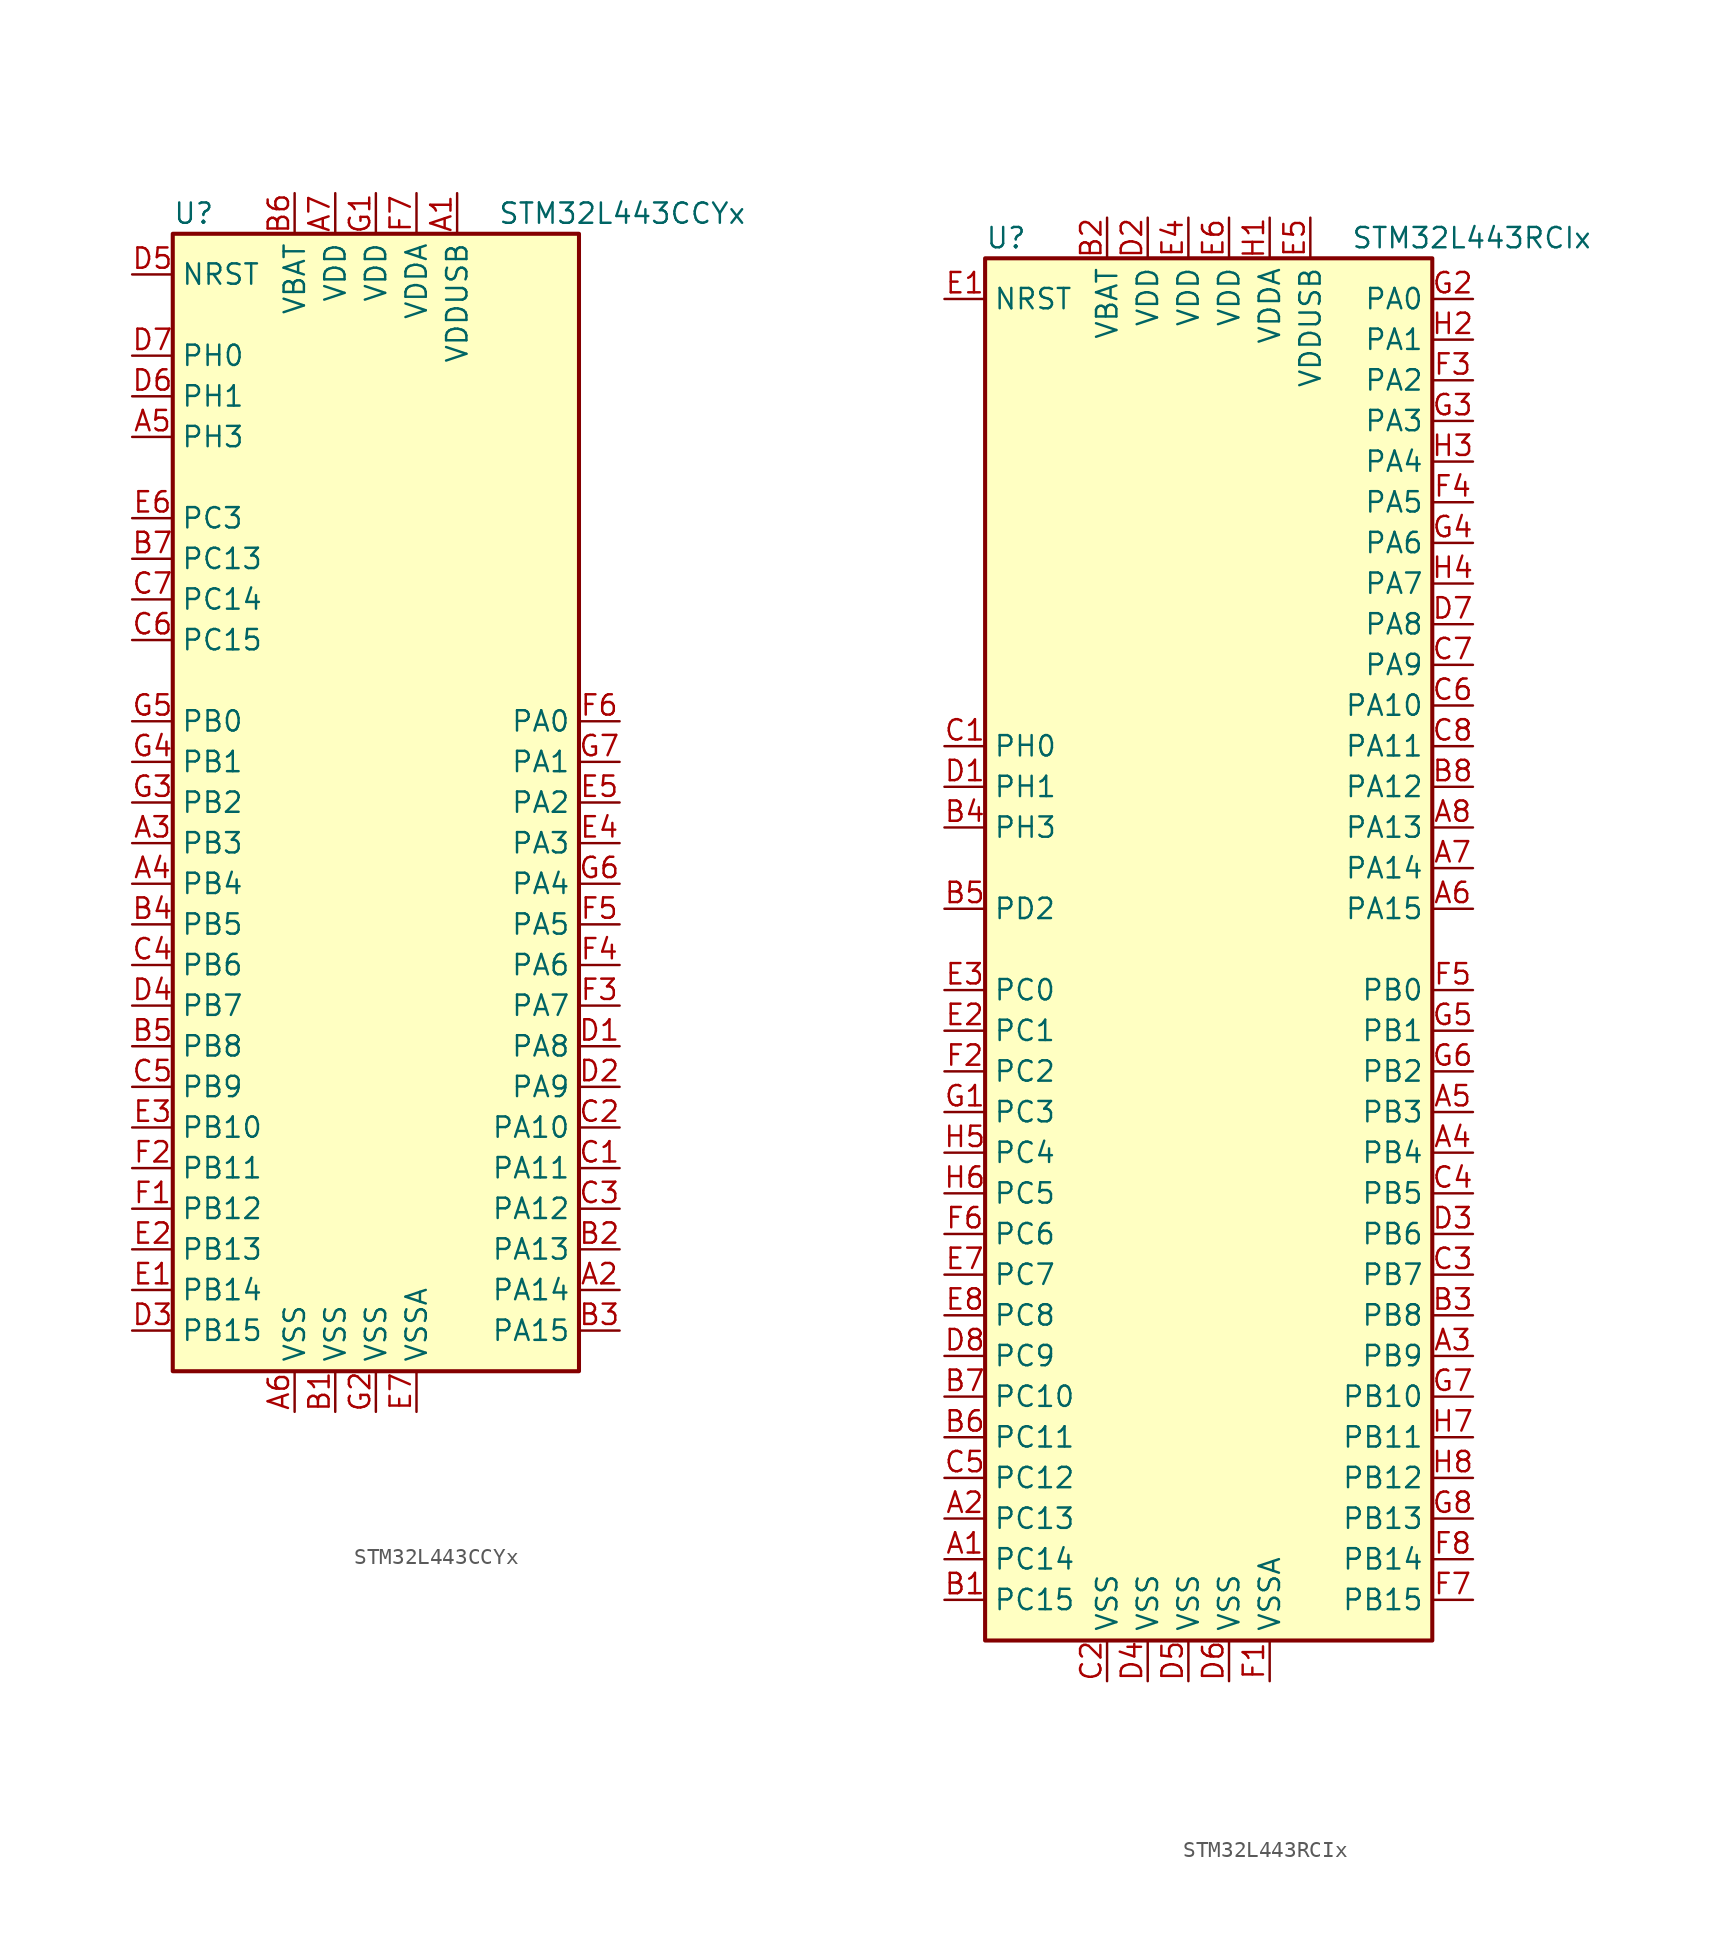
<source format=kicad_sym>
(kicad_symbol_lib
  (version 20220914)
  (generator kicad_symbol_editor)
  (symbol "STM32L443CCYx"
    (property "Reference" "U"
      (at -12.7 36.83 0)
      (effects (font (size 1.27 1.27)) (justify left)))
    (property "Value" "STM32L443CCYx"
      (at 7.62 36.83 0)
      (effects (font (size 1.27 1.27)) (justify left)))
    (symbol "STM32L443CCYx_0_1"
      (rectangle (start -12.7 -35.56) (end 12.7 35.56) (stroke (width 0.254) (type default)) (fill (type background))))
    (symbol "STM32L443CCYx_1_1"
      (pin power_in line (at 5.08 38.1 270) (length 2.54) (name "VDDUSB" (effects (font (size 1.27 1.27)))) (number "A1" (effects (font (size 1.27 1.27)))))
      (pin bidirectional line (at 15.24 -30.48 180) (length 2.54) (name "PA14" (effects (font (size 1.27 1.27)))) (number "A2" (effects (font (size 1.27 1.27)))))
      (pin bidirectional line (at -15.24 -2.54 0) (length 2.54) (name "PB3" (effects (font (size 1.27 1.27)))) (number "A3" (effects (font (size 1.27 1.27)))))
      (pin bidirectional line (at -15.24 -5.08 0) (length 2.54) (name "PB4" (effects (font (size 1.27 1.27)))) (number "A4" (effects (font (size 1.27 1.27)))))
      (pin bidirectional line (at -15.24 22.86 0) (length 2.54) (name "PH3" (effects (font (size 1.27 1.27)))) (number "A5" (effects (font (size 1.27 1.27)))))
      (pin power_in line (at -5.08 -38.1 90) (length 2.54) (name "VSS" (effects (font (size 1.27 1.27)))) (number "A6" (effects (font (size 1.27 1.27)))))
      (pin power_in line (at -2.54 38.1 270) (length 2.54) (name "VDD" (effects (font (size 1.27 1.27)))) (number "A7" (effects (font (size 1.27 1.27)))))
      (pin power_in line (at -2.54 -38.1 90) (length 2.54) (name "VSS" (effects (font (size 1.27 1.27)))) (number "B1" (effects (font (size 1.27 1.27)))))
      (pin bidirectional line (at 15.24 -27.94 180) (length 2.54) (name "PA13" (effects (font (size 1.27 1.27)))) (number "B2" (effects (font (size 1.27 1.27)))))
      (pin bidirectional line (at 15.24 -33.02 180) (length 2.54) (name "PA15" (effects (font (size 1.27 1.27)))) (number "B3" (effects (font (size 1.27 1.27)))))
      (pin bidirectional line (at -15.24 -7.62 0) (length 2.54) (name "PB5" (effects (font (size 1.27 1.27)))) (number "B4" (effects (font (size 1.27 1.27)))))
      (pin bidirectional line (at -15.24 -15.24 0) (length 2.54) (name "PB8" (effects (font (size 1.27 1.27)))) (number "B5" (effects (font (size 1.27 1.27)))))
      (pin power_in line (at -5.08 38.1 270) (length 2.54) (name "VBAT" (effects (font (size 1.27 1.27)))) (number "B6" (effects (font (size 1.27 1.27)))))
      (pin bidirectional line (at -15.24 15.24 0) (length 2.54) (name "PC13" (effects (font (size 1.27 1.27)))) (number "B7" (effects (font (size 1.27 1.27)))))
      (pin bidirectional line (at 15.24 -22.86 180) (length 2.54) (name "PA11" (effects (font (size 1.27 1.27)))) (number "C1" (effects (font (size 1.27 1.27)))))
      (pin bidirectional line (at 15.24 -20.32 180) (length 2.54) (name "PA10" (effects (font (size 1.27 1.27)))) (number "C2" (effects (font (size 1.27 1.27)))))
      (pin bidirectional line (at 15.24 -25.4 180) (length 2.54) (name "PA12" (effects (font (size 1.27 1.27)))) (number "C3" (effects (font (size 1.27 1.27)))))
      (pin bidirectional line (at -15.24 -10.16 0) (length 2.54) (name "PB6" (effects (font (size 1.27 1.27)))) (number "C4" (effects (font (size 1.27 1.27)))))
      (pin bidirectional line (at -15.24 -17.78 0) (length 2.54) (name "PB9" (effects (font (size 1.27 1.27)))) (number "C5" (effects (font (size 1.27 1.27)))))
      (pin bidirectional line (at -15.24 10.16 0) (length 2.54) (name "PC15" (effects (font (size 1.27 1.27)))) (number "C6" (effects (font (size 1.27 1.27)))))
      (pin bidirectional line (at -15.24 12.7 0) (length 2.54) (name "PC14" (effects (font (size 1.27 1.27)))) (number "C7" (effects (font (size 1.27 1.27)))))
      (pin bidirectional line (at 15.24 -15.24 180) (length 2.54) (name "PA8" (effects (font (size 1.27 1.27)))) (number "D1" (effects (font (size 1.27 1.27)))))
      (pin bidirectional line (at 15.24 -17.78 180) (length 2.54) (name "PA9" (effects (font (size 1.27 1.27)))) (number "D2" (effects (font (size 1.27 1.27)))))
      (pin bidirectional line (at -15.24 -33.02 0) (length 2.54) (name "PB15" (effects (font (size 1.27 1.27)))) (number "D3" (effects (font (size 1.27 1.27)))))
      (pin bidirectional line (at -15.24 -12.7 0) (length 2.54) (name "PB7" (effects (font (size 1.27 1.27)))) (number "D4" (effects (font (size 1.27 1.27)))))
      (pin input line (at -15.24 33.02 0) (length 2.54) (name "NRST" (effects (font (size 1.27 1.27)))) (number "D5" (effects (font (size 1.27 1.27)))))
      (pin input line (at -15.24 25.4 0) (length 2.54) (name "PH1" (effects (font (size 1.27 1.27)))) (number "D6" (effects (font (size 1.27 1.27)))))
      (pin input line (at -15.24 27.94 0) (length 2.54) (name "PH0" (effects (font (size 1.27 1.27)))) (number "D7" (effects (font (size 1.27 1.27)))))
      (pin bidirectional line (at -15.24 -30.48 0) (length 2.54) (name "PB14" (effects (font (size 1.27 1.27)))) (number "E1" (effects (font (size 1.27 1.27)))))
      (pin bidirectional line (at -15.24 -27.94 0) (length 2.54) (name "PB13" (effects (font (size 1.27 1.27)))) (number "E2" (effects (font (size 1.27 1.27)))))
      (pin bidirectional line (at -15.24 -20.32 0) (length 2.54) (name "PB10" (effects (font (size 1.27 1.27)))) (number "E3" (effects (font (size 1.27 1.27)))))
      (pin bidirectional line (at 15.24 -2.54 180) (length 2.54) (name "PA3" (effects (font (size 1.27 1.27)))) (number "E4" (effects (font (size 1.27 1.27)))))
      (pin bidirectional line (at 15.24 0 180) (length 2.54) (name "PA2" (effects (font (size 1.27 1.27)))) (number "E5" (effects (font (size 1.27 1.27)))))
      (pin bidirectional line (at -15.24 17.78 0) (length 2.54) (name "PC3" (effects (font (size 1.27 1.27)))) (number "E6" (effects (font (size 1.27 1.27)))))
      (pin power_in line (at 2.54 -38.1 90) (length 2.54) (name "VSSA" (effects (font (size 1.27 1.27)))) (number "E7" (effects (font (size 1.27 1.27)))))
      (pin bidirectional line (at -15.24 -25.4 0) (length 2.54) (name "PB12" (effects (font (size 1.27 1.27)))) (number "F1" (effects (font (size 1.27 1.27)))))
      (pin bidirectional line (at -15.24 -22.86 0) (length 2.54) (name "PB11" (effects (font (size 1.27 1.27)))) (number "F2" (effects (font (size 1.27 1.27)))))
      (pin bidirectional line (at 15.24 -12.7 180) (length 2.54) (name "PA7" (effects (font (size 1.27 1.27)))) (number "F3" (effects (font (size 1.27 1.27)))))
      (pin bidirectional line (at 15.24 -10.16 180) (length 2.54) (name "PA6" (effects (font (size 1.27 1.27)))) (number "F4" (effects (font (size 1.27 1.27)))))
      (pin bidirectional line (at 15.24 -7.62 180) (length 2.54) (name "PA5" (effects (font (size 1.27 1.27)))) (number "F5" (effects (font (size 1.27 1.27)))))
      (pin bidirectional line (at 15.24 5.08 180) (length 2.54) (name "PA0" (effects (font (size 1.27 1.27)))) (number "F6" (effects (font (size 1.27 1.27)))))
      (pin power_in line (at 2.54 38.1 270) (length 2.54) (name "VDDA" (effects (font (size 1.27 1.27)))) (number "F7" (effects (font (size 1.27 1.27)))))
      (pin power_in line (at 0 38.1 270) (length 2.54) (name "VDD" (effects (font (size 1.27 1.27)))) (number "G1" (effects (font (size 1.27 1.27)))))
      (pin power_in line (at 0 -38.1 90) (length 2.54) (name "VSS" (effects (font (size 1.27 1.27)))) (number "G2" (effects (font (size 1.27 1.27)))))
      (pin bidirectional line (at -15.24 0 0) (length 2.54) (name "PB2" (effects (font (size 1.27 1.27)))) (number "G3" (effects (font (size 1.27 1.27)))))
      (pin bidirectional line (at -15.24 2.54 0) (length 2.54) (name "PB1" (effects (font (size 1.27 1.27)))) (number "G4" (effects (font (size 1.27 1.27)))))
      (pin bidirectional line (at -15.24 5.08 0) (length 2.54) (name "PB0" (effects (font (size 1.27 1.27)))) (number "G5" (effects (font (size 1.27 1.27)))))
      (pin bidirectional line (at 15.24 -5.08 180) (length 2.54) (name "PA4" (effects (font (size 1.27 1.27)))) (number "G6" (effects (font (size 1.27 1.27)))))
      (pin bidirectional line (at 15.24 2.54 180) (length 2.54) (name "PA1" (effects (font (size 1.27 1.27)))) (number "G7" (effects (font (size 1.27 1.27)))))))
  (symbol "STM32L443RCIx"
    (property "Reference" "U"
      (at -15.24 44.45 0)
      (effects (font (size 1.27 1.27)) (justify left)))
    (property "Value" "STM32L443RCIx"
      (at 7.62 44.45 0)
      (effects (font (size 1.27 1.27)) (justify left)))
    (symbol "STM32L443RCIx_0_1"
      (rectangle (start -15.24 -43.18) (end 12.7 43.18) (stroke (width 0.254) (type default)) (fill (type background))))
    (symbol "STM32L443RCIx_1_1"
      (pin bidirectional line (at -17.78 -38.1 0) (length 2.54) (name "PC14" (effects (font (size 1.27 1.27)))) (number "A1" (effects (font (size 1.27 1.27)))))
      (pin bidirectional line (at -17.78 -35.56 0) (length 2.54) (name "PC13" (effects (font (size 1.27 1.27)))) (number "A2" (effects (font (size 1.27 1.27)))))
      (pin bidirectional line (at 15.24 -25.4 180) (length 2.54) (name "PB9" (effects (font (size 1.27 1.27)))) (number "A3" (effects (font (size 1.27 1.27)))))
      (pin bidirectional line (at 15.24 -12.7 180) (length 2.54) (name "PB4" (effects (font (size 1.27 1.27)))) (number "A4" (effects (font (size 1.27 1.27)))))
      (pin bidirectional line (at 15.24 -10.16 180) (length 2.54) (name "PB3" (effects (font (size 1.27 1.27)))) (number "A5" (effects (font (size 1.27 1.27)))))
      (pin bidirectional line (at 15.24 2.54 180) (length 2.54) (name "PA15" (effects (font (size 1.27 1.27)))) (number "A6" (effects (font (size 1.27 1.27)))))
      (pin bidirectional line (at 15.24 5.08 180) (length 2.54) (name "PA14" (effects (font (size 1.27 1.27)))) (number "A7" (effects (font (size 1.27 1.27)))))
      (pin bidirectional line (at 15.24 7.62 180) (length 2.54) (name "PA13" (effects (font (size 1.27 1.27)))) (number "A8" (effects (font (size 1.27 1.27)))))
      (pin bidirectional line (at -17.78 -40.64 0) (length 2.54) (name "PC15" (effects (font (size 1.27 1.27)))) (number "B1" (effects (font (size 1.27 1.27)))))
      (pin power_in line (at -7.62 45.72 270) (length 2.54) (name "VBAT" (effects (font (size 1.27 1.27)))) (number "B2" (effects (font (size 1.27 1.27)))))
      (pin bidirectional line (at 15.24 -22.86 180) (length 2.54) (name "PB8" (effects (font (size 1.27 1.27)))) (number "B3" (effects (font (size 1.27 1.27)))))
      (pin bidirectional line (at -17.78 7.62 0) (length 2.54) (name "PH3" (effects (font (size 1.27 1.27)))) (number "B4" (effects (font (size 1.27 1.27)))))
      (pin bidirectional line (at -17.78 2.54 0) (length 2.54) (name "PD2" (effects (font (size 1.27 1.27)))) (number "B5" (effects (font (size 1.27 1.27)))))
      (pin bidirectional line (at -17.78 -30.48 0) (length 2.54) (name "PC11" (effects (font (size 1.27 1.27)))) (number "B6" (effects (font (size 1.27 1.27)))))
      (pin bidirectional line (at -17.78 -27.94 0) (length 2.54) (name "PC10" (effects (font (size 1.27 1.27)))) (number "B7" (effects (font (size 1.27 1.27)))))
      (pin bidirectional line (at 15.24 10.16 180) (length 2.54) (name "PA12" (effects (font (size 1.27 1.27)))) (number "B8" (effects (font (size 1.27 1.27)))))
      (pin input line (at -17.78 12.7 0) (length 2.54) (name "PH0" (effects (font (size 1.27 1.27)))) (number "C1" (effects (font (size 1.27 1.27)))))
      (pin power_in line (at -7.62 -45.72 90) (length 2.54) (name "VSS" (effects (font (size 1.27 1.27)))) (number "C2" (effects (font (size 1.27 1.27)))))
      (pin bidirectional line (at 15.24 -20.32 180) (length 2.54) (name "PB7" (effects (font (size 1.27 1.27)))) (number "C3" (effects (font (size 1.27 1.27)))))
      (pin bidirectional line (at 15.24 -15.24 180) (length 2.54) (name "PB5" (effects (font (size 1.27 1.27)))) (number "C4" (effects (font (size 1.27 1.27)))))
      (pin bidirectional line (at -17.78 -33.02 0) (length 2.54) (name "PC12" (effects (font (size 1.27 1.27)))) (number "C5" (effects (font (size 1.27 1.27)))))
      (pin bidirectional line (at 15.24 15.24 180) (length 2.54) (name "PA10" (effects (font (size 1.27 1.27)))) (number "C6" (effects (font (size 1.27 1.27)))))
      (pin bidirectional line (at 15.24 17.78 180) (length 2.54) (name "PA9" (effects (font (size 1.27 1.27)))) (number "C7" (effects (font (size 1.27 1.27)))))
      (pin bidirectional line (at 15.24 12.7 180) (length 2.54) (name "PA11" (effects (font (size 1.27 1.27)))) (number "C8" (effects (font (size 1.27 1.27)))))
      (pin input line (at -17.78 10.16 0) (length 2.54) (name "PH1" (effects (font (size 1.27 1.27)))) (number "D1" (effects (font (size 1.27 1.27)))))
      (pin power_in line (at -5.08 45.72 270) (length 2.54) (name "VDD" (effects (font (size 1.27 1.27)))) (number "D2" (effects (font (size 1.27 1.27)))))
      (pin bidirectional line (at 15.24 -17.78 180) (length 2.54) (name "PB6" (effects (font (size 1.27 1.27)))) (number "D3" (effects (font (size 1.27 1.27)))))
      (pin power_in line (at -5.08 -45.72 90) (length 2.54) (name "VSS" (effects (font (size 1.27 1.27)))) (number "D4" (effects (font (size 1.27 1.27)))))
      (pin power_in line (at -2.54 -45.72 90) (length 2.54) (name "VSS" (effects (font (size 1.27 1.27)))) (number "D5" (effects (font (size 1.27 1.27)))))
      (pin power_in line (at 0 -45.72 90) (length 2.54) (name "VSS" (effects (font (size 1.27 1.27)))) (number "D6" (effects (font (size 1.27 1.27)))))
      (pin bidirectional line (at 15.24 20.32 180) (length 2.54) (name "PA8" (effects (font (size 1.27 1.27)))) (number "D7" (effects (font (size 1.27 1.27)))))
      (pin bidirectional line (at -17.78 -25.4 0) (length 2.54) (name "PC9" (effects (font (size 1.27 1.27)))) (number "D8" (effects (font (size 1.27 1.27)))))
      (pin input line (at -17.78 40.64 0) (length 2.54) (name "NRST" (effects (font (size 1.27 1.27)))) (number "E1" (effects (font (size 1.27 1.27)))))
      (pin bidirectional line (at -17.78 -5.08 0) (length 2.54) (name "PC1" (effects (font (size 1.27 1.27)))) (number "E2" (effects (font (size 1.27 1.27)))))
      (pin bidirectional line (at -17.78 -2.54 0) (length 2.54) (name "PC0" (effects (font (size 1.27 1.27)))) (number "E3" (effects (font (size 1.27 1.27)))))
      (pin power_in line (at -2.54 45.72 270) (length 2.54) (name "VDD" (effects (font (size 1.27 1.27)))) (number "E4" (effects (font (size 1.27 1.27)))))
      (pin power_in line (at 5.08 45.72 270) (length 2.54) (name "VDDUSB" (effects (font (size 1.27 1.27)))) (number "E5" (effects (font (size 1.27 1.27)))))
      (pin power_in line (at 0 45.72 270) (length 2.54) (name "VDD" (effects (font (size 1.27 1.27)))) (number "E6" (effects (font (size 1.27 1.27)))))
      (pin bidirectional line (at -17.78 -20.32 0) (length 2.54) (name "PC7" (effects (font (size 1.27 1.27)))) (number "E7" (effects (font (size 1.27 1.27)))))
      (pin bidirectional line (at -17.78 -22.86 0) (length 2.54) (name "PC8" (effects (font (size 1.27 1.27)))) (number "E8" (effects (font (size 1.27 1.27)))))
      (pin power_in line (at 2.54 -45.72 90) (length 2.54) (name "VSSA" (effects (font (size 1.27 1.27)))) (number "F1" (effects (font (size 1.27 1.27)))))
      (pin bidirectional line (at -17.78 -7.62 0) (length 2.54) (name "PC2" (effects (font (size 1.27 1.27)))) (number "F2" (effects (font (size 1.27 1.27)))))
      (pin bidirectional line (at 15.24 35.56 180) (length 2.54) (name "PA2" (effects (font (size 1.27 1.27)))) (number "F3" (effects (font (size 1.27 1.27)))))
      (pin bidirectional line (at 15.24 27.94 180) (length 2.54) (name "PA5" (effects (font (size 1.27 1.27)))) (number "F4" (effects (font (size 1.27 1.27)))))
      (pin bidirectional line (at 15.24 -2.54 180) (length 2.54) (name "PB0" (effects (font (size 1.27 1.27)))) (number "F5" (effects (font (size 1.27 1.27)))))
      (pin bidirectional line (at -17.78 -17.78 0) (length 2.54) (name "PC6" (effects (font (size 1.27 1.27)))) (number "F6" (effects (font (size 1.27 1.27)))))
      (pin bidirectional line (at 15.24 -40.64 180) (length 2.54) (name "PB15" (effects (font (size 1.27 1.27)))) (number "F7" (effects (font (size 1.27 1.27)))))
      (pin bidirectional line (at 15.24 -38.1 180) (length 2.54) (name "PB14" (effects (font (size 1.27 1.27)))) (number "F8" (effects (font (size 1.27 1.27)))))
      (pin bidirectional line (at -17.78 -10.16 0) (length 2.54) (name "PC3" (effects (font (size 1.27 1.27)))) (number "G1" (effects (font (size 1.27 1.27)))))
      (pin bidirectional line (at 15.24 40.64 180) (length 2.54) (name "PA0" (effects (font (size 1.27 1.27)))) (number "G2" (effects (font (size 1.27 1.27)))))
      (pin bidirectional line (at 15.24 33.02 180) (length 2.54) (name "PA3" (effects (font (size 1.27 1.27)))) (number "G3" (effects (font (size 1.27 1.27)))))
      (pin bidirectional line (at 15.24 25.4 180) (length 2.54) (name "PA6" (effects (font (size 1.27 1.27)))) (number "G4" (effects (font (size 1.27 1.27)))))
      (pin bidirectional line (at 15.24 -5.08 180) (length 2.54) (name "PB1" (effects (font (size 1.27 1.27)))) (number "G5" (effects (font (size 1.27 1.27)))))
      (pin bidirectional line (at 15.24 -7.62 180) (length 2.54) (name "PB2" (effects (font (size 1.27 1.27)))) (number "G6" (effects (font (size 1.27 1.27)))))
      (pin bidirectional line (at 15.24 -27.94 180) (length 2.54) (name "PB10" (effects (font (size 1.27 1.27)))) (number "G7" (effects (font (size 1.27 1.27)))))
      (pin bidirectional line (at 15.24 -35.56 180) (length 2.54) (name "PB13" (effects (font (size 1.27 1.27)))) (number "G8" (effects (font (size 1.27 1.27)))))
      (pin power_in line (at 2.54 45.72 270) (length 2.54) (name "VDDA" (effects (font (size 1.27 1.27)))) (number "H1" (effects (font (size 1.27 1.27)))))
      (pin bidirectional line (at 15.24 38.1 180) (length 2.54) (name "PA1" (effects (font (size 1.27 1.27)))) (number "H2" (effects (font (size 1.27 1.27)))))
      (pin bidirectional line (at 15.24 30.48 180) (length 2.54) (name "PA4" (effects (font (size 1.27 1.27)))) (number "H3" (effects (font (size 1.27 1.27)))))
      (pin bidirectional line (at 15.24 22.86 180) (length 2.54) (name "PA7" (effects (font (size 1.27 1.27)))) (number "H4" (effects (font (size 1.27 1.27)))))
      (pin bidirectional line (at -17.78 -12.7 0) (length 2.54) (name "PC4" (effects (font (size 1.27 1.27)))) (number "H5" (effects (font (size 1.27 1.27)))))
      (pin bidirectional line (at -17.78 -15.24 0) (length 2.54) (name "PC5" (effects (font (size 1.27 1.27)))) (number "H6" (effects (font (size 1.27 1.27)))))
      (pin bidirectional line (at 15.24 -30.48 180) (length 2.54) (name "PB11" (effects (font (size 1.27 1.27)))) (number "H7" (effects (font (size 1.27 1.27)))))
      (pin bidirectional line (at 15.24 -33.02 180) (length 2.54) (name "PB12" (effects (font (size 1.27 1.27)))) (number "H8" (effects (font (size 1.27 1.27))))))))
</source>
